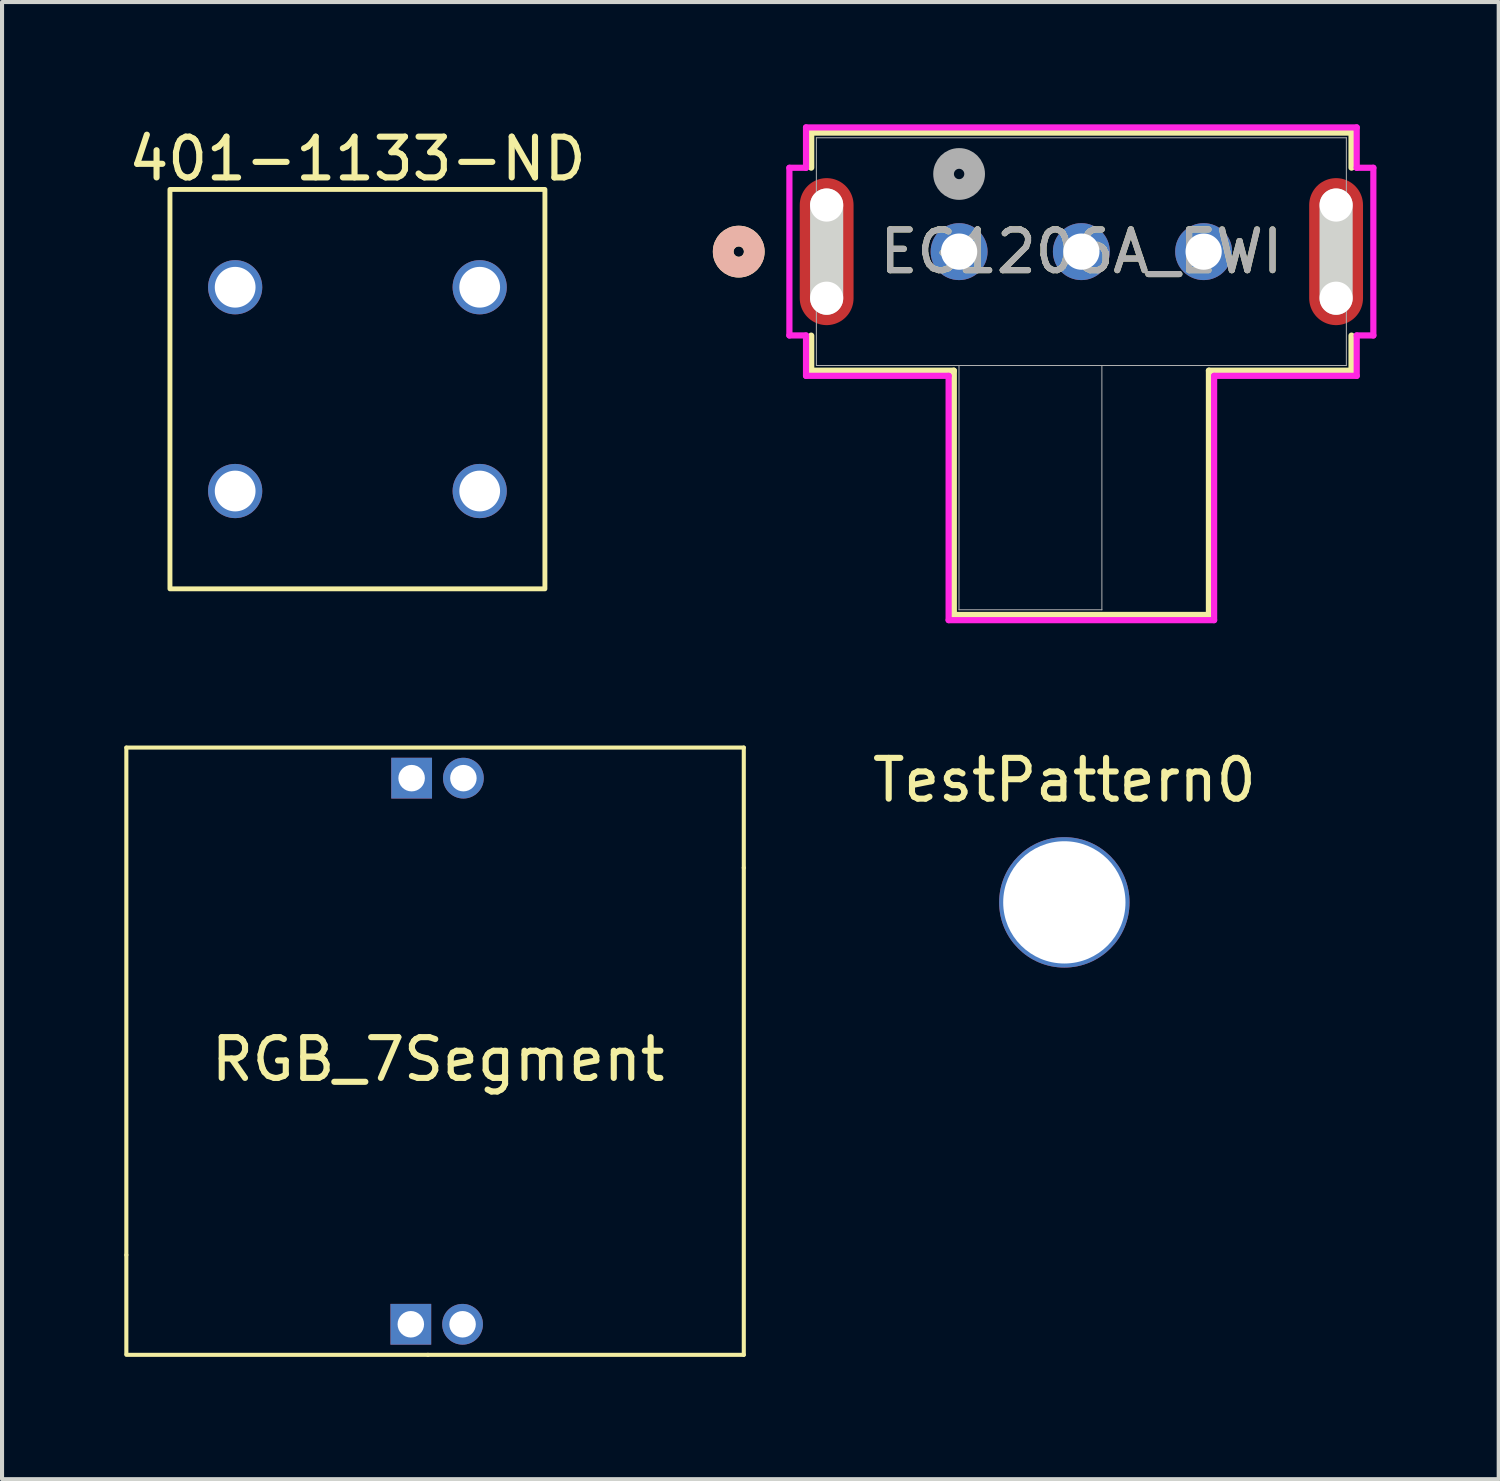
<source format=kicad_pcb>
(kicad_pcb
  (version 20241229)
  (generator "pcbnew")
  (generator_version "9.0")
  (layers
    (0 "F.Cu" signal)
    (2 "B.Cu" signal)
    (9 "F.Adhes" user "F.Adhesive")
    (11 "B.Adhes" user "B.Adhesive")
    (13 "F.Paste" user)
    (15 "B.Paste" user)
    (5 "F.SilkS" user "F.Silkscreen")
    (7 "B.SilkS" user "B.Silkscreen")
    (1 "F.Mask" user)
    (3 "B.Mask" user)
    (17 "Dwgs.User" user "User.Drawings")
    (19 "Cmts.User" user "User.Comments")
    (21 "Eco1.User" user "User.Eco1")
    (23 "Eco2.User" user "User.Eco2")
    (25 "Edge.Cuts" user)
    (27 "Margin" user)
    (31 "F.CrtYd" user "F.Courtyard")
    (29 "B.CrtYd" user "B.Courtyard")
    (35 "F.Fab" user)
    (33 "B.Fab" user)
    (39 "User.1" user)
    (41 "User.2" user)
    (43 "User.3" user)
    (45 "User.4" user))
  (footprint "401-1133-ND"
    (layer "F.Cu")
    (at 2.72 3.998)
    (property "Reference" "401-1133-ND" (at 3 -3.15 0) (unlocked yes) (layer "F.SilkS") (effects (font (size 1 1) (thickness 0.15))))
    (attr through_hole)
    (fp_rect (start -1.6 -2.4) (end 7.6 7.4) (stroke (width 0.12) (type default)) (fill no) (layer "F.SilkS"))
    (pad "1" thru_hole circle (at 0 5 90) (size 1.33 1.33) (drill 1) (layers "*.Cu" "*.Mask"))
    (pad "2" thru_hole circle (at 6 5 90) (size 1.33 1.33) (drill 1) (layers "*.Cu" "*.Mask"))
    (pad "3" thru_hole circle (at 0 0 90) (size 1.33 1.33) (drill 1) (layers "*.Cu" "*.Mask"))
    (pad "4" thru_hole circle (at 6 0 90) (size 1.33 1.33) (drill 1) (layers "*.Cu" "*.Mask")))
  (footprint "EG1206A_EWI"
    (layer "F.Cu")
    (at 20.483 3.124)
    (property "Reference" "EG1206A_EWI" (at 3 0 0) (unlocked yes) (layer "F.SilkS") (effects (font (size 1 1) (thickness 0.15))))
    (attr through_hole)
    (fp_line (start -3.629 -2.921) (end -3.629 -2.061) (stroke (width 0.152) (type solid)) (layer "F.SilkS"))
    (fp_line (start -3.629 2.061) (end -3.629 2.921) (stroke (width 0.152) (type solid)) (layer "F.SilkS"))
    (fp_line (start -3.629 2.921) (end -0.13 2.921) (stroke (width 0.152) (type solid)) (layer "F.SilkS"))
    (fp_line (start -0.13 2.921) (end -0.13 8.915) (stroke (width 0.152) (type solid)) (layer "F.SilkS"))
    (fp_line (start -0.13 8.915) (end 6.13 8.915) (stroke (width 0.152) (type solid)) (layer "F.SilkS"))
    (fp_line (start 6.13 2.921) (end 9.629 2.921) (stroke (width 0.152) (type solid)) (layer "F.SilkS"))
    (fp_line (start 6.13 8.915) (end 6.13 2.921) (stroke (width 0.152) (type solid)) (layer "F.SilkS"))
    (fp_line (start 9.629 -2.921) (end -3.629 -2.921) (stroke (width 0.152) (type solid)) (layer "F.SilkS"))
    (fp_line (start 9.629 -2.061) (end 9.629 -2.921) (stroke (width 0.152) (type solid)) (layer "F.SilkS"))
    (fp_line (start 9.629 2.921) (end 9.629 2.061) (stroke (width 0.152) (type solid)) (layer "F.SilkS"))
    (fp_circle (center -5.407 0) (end -5.026 0) (stroke (width 0.508) (type solid)) (fill no) (layer "F.SilkS"))
    (fp_circle (center -5.407 0) (end -5.026 0) (stroke (width 0.508) (type solid)) (fill no) (layer "B.SilkS"))
    (fp_line (start -3.25 1.143) (end -3.25 -1.143) (stroke (width 0.813) (type solid)) (layer "Edge.Cuts"))
    (fp_line (start 9.25 1.143) (end 9.25 -1.143) (stroke (width 0.813) (type solid)) (layer "Edge.Cuts"))
    (fp_line (start -4.164 -2.057) (end -4.164 2.057) (stroke (width 0.152) (type solid)) (layer "F.CrtYd"))
    (fp_line (start -4.164 2.057) (end -3.756 2.057) (stroke (width 0.152) (type solid)) (layer "F.CrtYd"))
    (fp_line (start -3.756 -3.048) (end -3.756 -2.057) (stroke (width 0.152) (type solid)) (layer "F.CrtYd"))
    (fp_line (start -3.756 -2.057) (end -4.164 -2.057) (stroke (width 0.152) (type solid)) (layer "F.CrtYd"))
    (fp_line (start -3.756 2.057) (end -3.756 3.048) (stroke (width 0.152) (type solid)) (layer "F.CrtYd"))
    (fp_line (start -3.756 3.048) (end -0.257 3.048) (stroke (width 0.152) (type solid)) (layer "F.CrtYd"))
    (fp_line (start -0.257 3.048) (end -0.257 9.042) (stroke (width 0.152) (type solid)) (layer "F.CrtYd"))
    (fp_line (start -0.257 9.042) (end 6.257 9.042) (stroke (width 0.152) (type solid)) (layer "F.CrtYd"))
    (fp_line (start 6.257 3.048) (end 9.756 3.048) (stroke (width 0.152) (type solid)) (layer "F.CrtYd"))
    (fp_line (start 6.257 9.042) (end 6.257 3.048) (stroke (width 0.152) (type solid)) (layer "F.CrtYd"))
    (fp_line (start 9.756 -3.048) (end -3.756 -3.048) (stroke (width 0.152) (type solid)) (layer "F.CrtYd"))
    (fp_line (start 9.756 -2.057) (end 9.756 -3.048) (stroke (width 0.152) (type solid)) (layer "F.CrtYd"))
    (fp_line (start 9.756 2.057) (end 10.164 2.057) (stroke (width 0.152) (type solid)) (layer "F.CrtYd"))
    (fp_line (start 9.756 3.048) (end 9.756 2.057) (stroke (width 0.152) (type solid)) (layer "F.CrtYd"))
    (fp_line (start 10.164 -2.057) (end 9.756 -2.057) (stroke (width 0.152) (type solid)) (layer "F.CrtYd"))
    (fp_line (start 10.164 2.057) (end 10.164 -2.057) (stroke (width 0.152) (type solid)) (layer "F.CrtYd"))
    (fp_line (start -3.502 -2.794) (end -3.502 2.794) (stroke (width 0.025) (type solid)) (layer "F.Fab"))
    (fp_line (start -3.502 2.794) (end 9.502 2.794) (stroke (width 0.025) (type solid)) (layer "F.Fab"))
    (fp_line (start -0.003 2.794) (end -0.003 8.788) (stroke (width 0.025) (type solid)) (layer "F.Fab"))
    (fp_line (start -0.003 8.788) (end 3.503 8.788) (stroke (width 0.025) (type solid)) (layer "F.Fab"))
    (fp_line (start 3.503 8.788) (end 3.503 2.794) (stroke (width 0.025) (type solid)) (layer "F.Fab"))
    (fp_line (start 9.502 -2.794) (end -3.502 -2.794) (stroke (width 0.025) (type solid)) (layer "F.Fab"))
    (fp_line (start 9.502 2.794) (end 9.502 -2.794) (stroke (width 0.025) (type solid)) (layer "F.Fab"))
    (fp_circle (center 0 -1.905) (end 0.381 -1.905) (stroke (width 0.508) (type solid)) (fill no) (layer "F.Fab"))
    (fp_text user "${REFERENCE}" (at 3 0 0) (unlocked yes) (layer "F.Fab") (effects (font (size 1 1) (thickness 0.15))))
    (pad "" np_thru_hole circle (at -3.25 -1.143) (size 0.813 0.813) (drill 0.813) (layers "*.Cu" "*.Mask"))
    (pad "" np_thru_hole circle (at -3.25 1.143) (size 0.813 0.813) (drill 0.813) (layers "*.Cu" "*.Mask"))
    (pad "" np_thru_hole circle (at 9.25 -1.143) (size 0.813 0.813) (drill 0.813) (layers "*.Cu" "*.Mask"))
    (pad "" np_thru_hole circle (at 9.25 1.143) (size 0.813 0.813) (drill 0.813) (layers "*.Cu" "*.Mask"))
    (pad "1" thru_hole circle (at 0 0) (size 1.397 1.397) (drill 0.889) (layers "*.Cu" "*.Mask"))
    (pad "2" thru_hole circle (at 3 0) (size 1.397 1.397) (drill 0.889) (layers "*.Cu" "*.Mask"))
    (pad "3" thru_hole circle (at 6 0) (size 1.397 1.397) (drill 0.889) (layers "*.Cu" "*.Mask"))
    (pad "4" smd oval (at -3.25 0) (size 1.321 3.607) (layers "F.Cu" "F.Mask" "F.Paste"))
    (pad "5" smd oval (at 9.25 0) (size 1.321 3.607) (layers "F.Cu" "F.Mask" "F.Paste")))
  (footprint "TestPattern0"
    (layer "F.Cu")
    (at 23.065 19.091)
    (property "Reference" "TestPattern0" (at 0 -3 0) (unlocked yes) (layer "F.SilkS") (effects (font (size 1 1) (thickness 0.15))))
    (attr through_hole)
    (pad "1" thru_hole circle (at 0 0) (size 3.2 3.2) (drill 3) (layers "*.Cu" "*.Mask")))
  (footprint "RGB_7Segment"
    (layer "F.Cu")
    (at 7.7 23.068)
    (property "Reference" "RGB_7Segment" (at 0 -0.125 0) (unlocked yes) (layer "F.SilkS") (effects (font (size 1 1) (thickness 0.15))))
    (attr through_hole)
    (fp_line (start -7.65 -7.775) (end 7.5 -7.775) (stroke (width 0.1) (type default)) (layer "F.SilkS"))
    (fp_line (start -7.65 4.675) (end -7.65 -7.775) (stroke (width 0.1) (type default)) (layer "F.SilkS"))
    (fp_line (start -7.65 4.675) (end -7.65 7.1) (stroke (width 0.1) (type default)) (layer "F.SilkS"))
    (fp_line (start -0.25 7.125) (end -7.65 7.125) (stroke (width 0.1) (type default)) (layer "F.SilkS"))
    (fp_line (start -0.25 7.125) (end 7.5 7.125) (stroke (width 0.1) (type default)) (layer "F.SilkS"))
    (fp_line (start 7.5 -4.825) (end 7.5 -7.775) (stroke (width 0.1) (type default)) (layer "F.SilkS"))
    (fp_line (start 7.5 -4.825) (end 7.5 7.125) (stroke (width 0.1) (type default)) (layer "F.SilkS"))
    (pad "1" thru_hole rect (at -0.65 -7.025 90) (size 1 1) (drill 0.65) (layers "*.Cu" "*.Mask"))
    (pad "2" thru_hole oval (at 0.62 -7.025 90) (size 1 1) (drill 0.65) (layers "*.Cu" "*.Mask"))
    (pad "3" thru_hole rect (at -0.67 6.375 90) (size 1 1) (drill 0.65) (layers "*.Cu" "*.Mask"))
    (pad "4" thru_hole oval (at 0.6 6.375 90) (size 1 1) (drill 0.65) (layers "*.Cu" "*.Mask")))
  (gr_rect
    (start -3 -3)
    (end 33.723 33.243)
    (stroke (width 0.1) (type default))
    (fill no)
    (layer "Edge.Cuts")))
</source>
